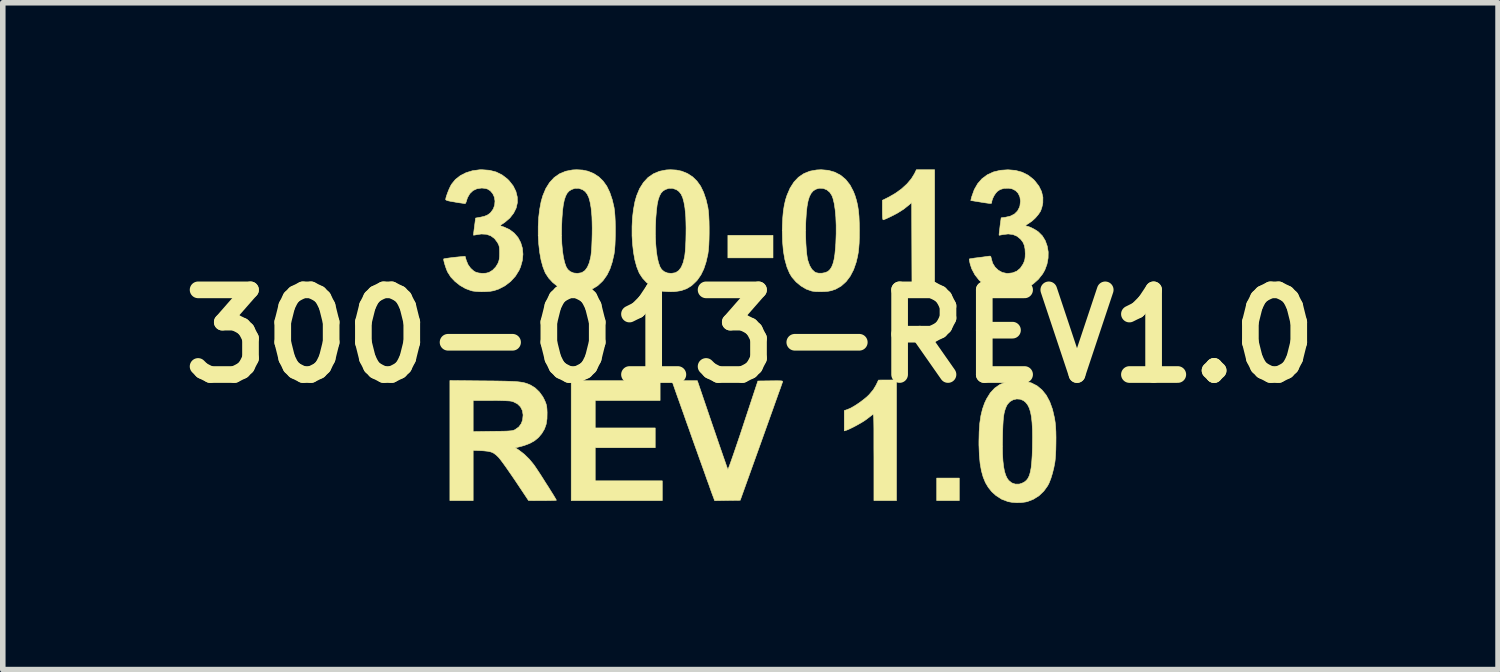
<source format=kicad_pcb>
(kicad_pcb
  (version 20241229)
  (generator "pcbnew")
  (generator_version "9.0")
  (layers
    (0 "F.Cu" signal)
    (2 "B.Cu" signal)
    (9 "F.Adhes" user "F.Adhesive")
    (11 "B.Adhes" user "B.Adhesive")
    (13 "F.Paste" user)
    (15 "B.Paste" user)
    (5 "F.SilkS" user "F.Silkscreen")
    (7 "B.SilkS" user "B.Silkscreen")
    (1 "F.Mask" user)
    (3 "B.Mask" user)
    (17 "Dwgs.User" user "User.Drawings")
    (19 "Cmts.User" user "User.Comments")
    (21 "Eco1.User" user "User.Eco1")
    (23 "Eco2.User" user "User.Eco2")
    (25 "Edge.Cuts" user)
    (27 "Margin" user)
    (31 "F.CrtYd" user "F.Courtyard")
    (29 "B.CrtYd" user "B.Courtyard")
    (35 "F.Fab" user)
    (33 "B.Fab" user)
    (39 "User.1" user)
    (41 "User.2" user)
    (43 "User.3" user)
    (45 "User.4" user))
  (footprint "300-013-REV1.0"
    (layer "F.Cu")
    (at 10.458 3.002)
    (property "Reference" "300-013-REV1.0" (at 0 0 0) (layer "F.SilkS") (effects (font (size 1.524 1.524) (thickness 0.3))))
    (attr through_hole)
    (fp_poly (pts (xy 0.406 -1.41) (xy -0.406 -1.41) (xy -0.406 -1.816) (xy 0.406 -1.816) (xy 0.406 -1.41)) (stroke (width 0.01) (type solid)) (fill yes) (layer "F.SilkS"))
    (fp_poly (pts (xy 3.759 2.959) (xy 3.353 2.959) (xy 3.353 2.553) (xy 3.759 2.553) (xy 3.759 2.959)) (stroke (width 0.01) (type solid)) (fill yes) (layer "F.SilkS"))
    (fp_poly (pts (xy -1.626 1.156) (xy -2.794 1.156) (xy -2.794 1.651) (xy -1.714 1.651) (xy -1.714 2.007) (xy -2.794 2.007) (xy -2.794 2.603) (xy -1.587 2.603) (xy -1.587 2.959) (xy -3.226 2.959) (xy -3.226 0.8) (xy -1.626 0.8) (xy -1.626 1.156)) (stroke (width 0.01) (type solid)) (fill yes) (layer "F.SilkS"))
    (fp_poly (pts (xy 3.315 -0.826) (xy 2.908 -0.826) (xy 2.905 -1.616) (xy 2.902 -2.406) (xy 2.851 -2.361) (xy 2.754 -2.284) (xy 2.637 -2.211) (xy 2.524 -2.153) (xy 2.473 -2.129) (xy 2.43 -2.11) (xy 2.4 -2.098) (xy 2.389 -2.095) (xy 2.383 -2.105) (xy 2.378 -2.136) (xy 2.376 -2.189) (xy 2.375 -2.267) (xy 2.375 -2.271) (xy 2.375 -2.447) (xy 2.483 -2.5) (xy 2.607 -2.571) (xy 2.72 -2.652) (xy 2.817 -2.741) (xy 2.897 -2.835) (xy 2.953 -2.926) (xy 2.987 -2.997) (xy 3.315 -2.997) (xy 3.315 -0.826)) (stroke (width 0.01) (type solid)) (fill yes) (layer "F.SilkS"))
    (fp_poly (pts (xy 2.629 2.959) (xy 2.223 2.959) (xy 2.223 2.176) (xy 2.222 2.016) (xy 2.222 1.879) (xy 2.222 1.765) (xy 2.222 1.669) (xy 2.221 1.593) (xy 2.22 1.532) (xy 2.219 1.486) (xy 2.217 1.452) (xy 2.215 1.43) (xy 2.212 1.416) (xy 2.209 1.409) (xy 2.205 1.408) (xy 2.2 1.411) (xy 2.199 1.411) (xy 2.178 1.427) (xy 2.144 1.453) (xy 2.102 1.485) (xy 2.088 1.496) (xy 2.042 1.528) (xy 1.982 1.564) (xy 1.915 1.602) (xy 1.847 1.638) (xy 1.785 1.668) (xy 1.734 1.69) (xy 1.718 1.695) (xy 1.689 1.704) (xy 1.689 1.339) (xy 1.751 1.317) (xy 1.808 1.292) (xy 1.876 1.253) (xy 1.951 1.204) (xy 2.024 1.15) (xy 2.091 1.096) (xy 2.135 1.054) (xy 2.211 0.964) (xy 2.262 0.879) (xy 2.305 0.789) (xy 2.467 0.788) (xy 2.629 0.787) (xy 2.629 2.959)) (stroke (width 0.01) (type solid)) (fill yes) (layer "F.SilkS"))
    (fp_poly (pts (xy -0.687 1.591) (xy -0.64 1.727) (xy -0.596 1.856) (xy -0.555 1.976) (xy -0.517 2.085) (xy -0.484 2.181) (xy -0.455 2.263) (xy -0.433 2.327) (xy -0.417 2.372) (xy -0.408 2.395) (xy -0.407 2.398) (xy -0.402 2.39) (xy -0.389 2.359) (xy -0.369 2.306) (xy -0.343 2.233) (xy -0.311 2.142) (xy -0.274 2.034) (xy -0.232 1.91) (xy -0.185 1.772) (xy -0.135 1.621) (xy -0.132 1.611) (xy 0.134 0.806) (xy 0.36 0.803) (xy 0.441 0.802) (xy 0.5 0.802) (xy 0.539 0.803) (xy 0.564 0.805) (xy 0.576 0.809) (xy 0.58 0.815) (xy 0.579 0.822) (xy 0.573 0.837) (xy 0.56 0.874) (xy 0.54 0.932) (xy 0.512 1.008) (xy 0.479 1.101) (xy 0.44 1.21) (xy 0.397 1.331) (xy 0.349 1.465) (xy 0.298 1.608) (xy 0.244 1.759) (xy 0.194 1.899) (xy -0.184 2.953) (xy -0.414 2.956) (xy -0.644 2.96) (xy -0.664 2.905) (xy -0.676 2.874) (xy -0.695 2.823) (xy -0.72 2.754) (xy -0.75 2.668) (xy -0.786 2.57) (xy -0.825 2.459) (xy -0.868 2.339) (xy -0.914 2.211) (xy -0.961 2.078) (xy -1.01 1.942) (xy -1.059 1.804) (xy -1.107 1.667) (xy -1.155 1.534) (xy -1.2 1.405) (xy -1.243 1.284) (xy -1.283 1.171) (xy -1.319 1.071) (xy -1.35 0.983) (xy -1.375 0.911) (xy -1.394 0.857) (xy -1.406 0.823) (xy -1.41 0.81) (xy -1.398 0.807) (xy -1.364 0.804) (xy -1.314 0.802) (xy -1.249 0.801) (xy -1.183 0.8) (xy -0.956 0.8) (xy -0.687 1.591)) (stroke (width 0.01) (type solid)) (fill yes) (layer "F.SilkS"))
    (fp_poly (pts (xy 1.403 -2.986) (xy 1.52 -2.952) (xy 1.624 -2.897) (xy 1.715 -2.821) (xy 1.792 -2.723) (xy 1.854 -2.605) (xy 1.884 -2.527) (xy 1.91 -2.44) (xy 1.93 -2.353) (xy 1.944 -2.261) (xy 1.954 -2.158) (xy 1.959 -2.039) (xy 1.961 -1.905) (xy 1.96 -1.781) (xy 1.957 -1.677) (xy 1.95 -1.588) (xy 1.941 -1.507) (xy 1.927 -1.43) (xy 1.908 -1.352) (xy 1.904 -1.333) (xy 1.857 -1.198) (xy 1.796 -1.081) (xy 1.722 -0.983) (xy 1.634 -0.904) (xy 1.534 -0.847) (xy 1.455 -0.82) (xy 1.397 -0.809) (xy 1.324 -0.803) (xy 1.246 -0.802) (xy 1.172 -0.804) (xy 1.111 -0.812) (xy 1.101 -0.814) (xy 1.003 -0.849) (xy 0.909 -0.905) (xy 0.822 -0.977) (xy 0.748 -1.062) (xy 0.706 -1.13) (xy 0.658 -1.243) (xy 0.62 -1.378) (xy 0.593 -1.533) (xy 0.578 -1.707) (xy 0.573 -1.899) (xy 0.573 -1.908) (xy 0.993 -1.908) (xy 0.994 -1.789) (xy 0.998 -1.674) (xy 1.005 -1.568) (xy 1.014 -1.475) (xy 1.025 -1.4) (xy 1.033 -1.365) (xy 1.065 -1.273) (xy 1.106 -1.204) (xy 1.155 -1.158) (xy 1.181 -1.144) (xy 1.229 -1.134) (xy 1.287 -1.134) (xy 1.345 -1.145) (xy 1.391 -1.164) (xy 1.395 -1.167) (xy 1.431 -1.2) (xy 1.461 -1.245) (xy 1.485 -1.304) (xy 1.505 -1.38) (xy 1.52 -1.474) (xy 1.531 -1.59) (xy 1.537 -1.676) (xy 1.543 -1.842) (xy 1.543 -1.999) (xy 1.537 -2.145) (xy 1.525 -2.276) (xy 1.508 -2.39) (xy 1.485 -2.483) (xy 1.468 -2.529) (xy 1.43 -2.589) (xy 1.377 -2.634) (xy 1.313 -2.66) (xy 1.245 -2.664) (xy 1.229 -2.662) (xy 1.175 -2.645) (xy 1.13 -2.616) (xy 1.092 -2.572) (xy 1.061 -2.512) (xy 1.037 -2.434) (xy 1.019 -2.336) (xy 1.006 -2.218) (xy 0.997 -2.076) (xy 0.995 -2.027) (xy 0.993 -1.908) (xy 0.573 -1.908) (xy 0.575 -1.999) (xy 0.582 -2.138) (xy 0.593 -2.256) (xy 0.61 -2.361) (xy 0.632 -2.456) (xy 0.658 -2.537) (xy 0.714 -2.667) (xy 0.783 -2.775) (xy 0.865 -2.862) (xy 0.961 -2.927) (xy 1.07 -2.971) (xy 1.193 -2.993) (xy 1.274 -2.997) (xy 1.403 -2.986)) (stroke (width 0.01) (type solid)) (fill yes) (layer "F.SilkS"))
    (fp_poly (pts (xy 4.938 0.808) (xy 5.055 0.84) (xy 5.158 0.892) (xy 5.247 0.966) (xy 5.324 1.061) (xy 5.387 1.178) (xy 5.437 1.316) (xy 5.474 1.476) (xy 5.486 1.556) (xy 5.493 1.629) (xy 5.498 1.72) (xy 5.5 1.824) (xy 5.499 1.933) (xy 5.497 2.041) (xy 5.492 2.141) (xy 5.485 2.228) (xy 5.48 2.269) (xy 5.461 2.368) (xy 5.436 2.468) (xy 5.407 2.563) (xy 5.375 2.644) (xy 5.35 2.692) (xy 5.28 2.789) (xy 5.194 2.871) (xy 5.094 2.934) (xy 4.987 2.976) (xy 4.956 2.983) (xy 4.877 2.994) (xy 4.789 2.996) (xy 4.703 2.989) (xy 4.637 2.977) (xy 4.523 2.934) (xy 4.419 2.867) (xy 4.344 2.799) (xy 4.282 2.722) (xy 4.23 2.635) (xy 4.189 2.535) (xy 4.157 2.42) (xy 4.134 2.288) (xy 4.12 2.137) (xy 4.114 1.979) (xy 4.536 1.979) (xy 4.538 2.123) (xy 4.545 2.245) (xy 4.557 2.348) (xy 4.573 2.433) (xy 4.595 2.503) (xy 4.622 2.559) (xy 4.649 2.596) (xy 4.703 2.64) (xy 4.767 2.662) (xy 4.837 2.662) (xy 4.886 2.647) (xy 4.93 2.625) (xy 4.966 2.596) (xy 4.996 2.558) (xy 5.02 2.508) (xy 5.038 2.445) (xy 5.053 2.366) (xy 5.063 2.269) (xy 5.071 2.151) (xy 5.076 2.01) (xy 5.076 1.988) (xy 5.078 1.82) (xy 5.076 1.676) (xy 5.069 1.553) (xy 5.058 1.449) (xy 5.041 1.363) (xy 5.019 1.293) (xy 4.991 1.237) (xy 4.956 1.192) (xy 4.916 1.159) (xy 4.857 1.134) (xy 4.793 1.129) (xy 4.729 1.144) (xy 4.671 1.177) (xy 4.626 1.226) (xy 4.611 1.253) (xy 4.592 1.296) (xy 4.577 1.342) (xy 4.565 1.392) (xy 4.556 1.451) (xy 4.549 1.523) (xy 4.544 1.61) (xy 4.54 1.716) (xy 4.538 1.812) (xy 4.536 1.979) (xy 4.114 1.979) (xy 4.113 1.964) (xy 4.113 1.892) (xy 4.117 1.718) (xy 4.128 1.566) (xy 4.148 1.431) (xy 4.177 1.311) (xy 4.215 1.203) (xy 4.251 1.127) (xy 4.318 1.019) (xy 4.397 0.934) (xy 4.489 0.87) (xy 4.594 0.826) (xy 4.714 0.803) (xy 4.807 0.798) (xy 4.938 0.808)) (stroke (width 0.01) (type solid)) (fill yes) (layer "F.SilkS"))
    (fp_poly (pts (xy -3.021 -2.991) (xy -2.927 -2.971) (xy -2.837 -2.935) (xy -2.818 -2.926) (xy -2.729 -2.868) (xy -2.652 -2.793) (xy -2.586 -2.701) (xy -2.532 -2.589) (xy -2.487 -2.456) (xy -2.455 -2.318) (xy -2.446 -2.253) (xy -2.439 -2.169) (xy -2.434 -2.07) (xy -2.432 -1.962) (xy -2.432 -1.851) (xy -2.434 -1.743) (xy -2.438 -1.642) (xy -2.445 -1.554) (xy -2.454 -1.485) (xy -2.455 -1.478) (xy -2.488 -1.334) (xy -2.529 -1.21) (xy -2.58 -1.105) (xy -2.643 -1.015) (xy -2.668 -0.986) (xy -2.75 -0.909) (xy -2.839 -0.855) (xy -2.939 -0.82) (xy -3.053 -0.803) (xy -3.122 -0.801) (xy -3.182 -0.803) (xy -3.237 -0.807) (xy -3.28 -0.811) (xy -3.292 -0.814) (xy -3.383 -0.846) (xy -3.473 -0.899) (xy -3.558 -0.967) (xy -3.631 -1.046) (xy -3.687 -1.131) (xy -3.694 -1.143) (xy -3.735 -1.248) (xy -3.769 -1.372) (xy -3.794 -1.511) (xy -3.811 -1.662) (xy -3.82 -1.809) (xy -3.4 -1.809) (xy -3.395 -1.665) (xy -3.383 -1.534) (xy -3.366 -1.42) (xy -3.344 -1.324) (xy -3.317 -1.249) (xy -3.289 -1.203) (xy -3.243 -1.163) (xy -3.182 -1.138) (xy -3.114 -1.131) (xy -3.047 -1.142) (xy -3.03 -1.148) (xy -2.978 -1.183) (xy -2.935 -1.242) (xy -2.9 -1.323) (xy -2.875 -1.426) (xy -2.87 -1.458) (xy -2.862 -1.53) (xy -2.856 -1.621) (xy -2.852 -1.725) (xy -2.849 -1.835) (xy -2.848 -1.947) (xy -2.85 -2.053) (xy -2.853 -2.147) (xy -2.856 -2.185) (xy -2.868 -2.31) (xy -2.886 -2.412) (xy -2.908 -2.494) (xy -2.938 -2.557) (xy -2.974 -2.604) (xy -3.018 -2.636) (xy -3.026 -2.64) (xy -3.094 -2.663) (xy -3.159 -2.662) (xy -3.222 -2.64) (xy -3.264 -2.613) (xy -3.299 -2.575) (xy -3.327 -2.522) (xy -3.35 -2.454) (xy -3.368 -2.368) (xy -3.382 -2.26) (xy -3.392 -2.13) (xy -3.392 -2.13) (xy -3.399 -1.965) (xy -3.4 -1.809) (xy -3.82 -1.809) (xy -3.82 -1.819) (xy -3.82 -1.977) (xy -3.812 -2.134) (xy -3.794 -2.283) (xy -3.768 -2.422) (xy -3.738 -2.527) (xy -3.684 -2.657) (xy -3.615 -2.767) (xy -3.533 -2.856) (xy -3.437 -2.923) (xy -3.327 -2.969) (xy -3.205 -2.993) (xy -3.129 -2.997) (xy -3.021 -2.991)) (stroke (width 0.01) (type solid)) (fill yes) (layer "F.SilkS"))
    (fp_poly (pts (xy -1.332 -2.991) (xy -1.238 -2.971) (xy -1.148 -2.935) (xy -1.129 -2.926) (xy -1.04 -2.868) (xy -0.963 -2.793) (xy -0.897 -2.701) (xy -0.843 -2.589) (xy -0.798 -2.456) (xy -0.766 -2.318) (xy -0.757 -2.253) (xy -0.75 -2.169) (xy -0.745 -2.07) (xy -0.743 -1.962) (xy -0.743 -1.851) (xy -0.745 -1.743) (xy -0.749 -1.642) (xy -0.756 -1.554) (xy -0.765 -1.485) (xy -0.766 -1.478) (xy -0.799 -1.334) (xy -0.84 -1.21) (xy -0.891 -1.105) (xy -0.953 -1.015) (xy -0.979 -0.986) (xy -1.061 -0.909) (xy -1.15 -0.855) (xy -1.25 -0.82) (xy -1.364 -0.803) (xy -1.433 -0.801) (xy -1.493 -0.803) (xy -1.548 -0.807) (xy -1.591 -0.811) (xy -1.603 -0.814) (xy -1.694 -0.846) (xy -1.784 -0.899) (xy -1.869 -0.967) (xy -1.942 -1.046) (xy -1.998 -1.131) (xy -2.004 -1.143) (xy -2.046 -1.248) (xy -2.08 -1.372) (xy -2.105 -1.511) (xy -2.122 -1.662) (xy -2.131 -1.809) (xy -1.711 -1.809) (xy -1.705 -1.665) (xy -1.694 -1.534) (xy -1.677 -1.42) (xy -1.655 -1.324) (xy -1.628 -1.249) (xy -1.6 -1.203) (xy -1.554 -1.163) (xy -1.493 -1.138) (xy -1.425 -1.131) (xy -1.358 -1.142) (xy -1.341 -1.148) (xy -1.289 -1.183) (xy -1.245 -1.242) (xy -1.211 -1.323) (xy -1.186 -1.426) (xy -1.181 -1.458) (xy -1.173 -1.53) (xy -1.167 -1.621) (xy -1.162 -1.725) (xy -1.16 -1.835) (xy -1.159 -1.947) (xy -1.161 -2.053) (xy -1.164 -2.147) (xy -1.167 -2.185) (xy -1.179 -2.31) (xy -1.197 -2.412) (xy -1.219 -2.494) (xy -1.248 -2.557) (xy -1.285 -2.604) (xy -1.329 -2.636) (xy -1.337 -2.64) (xy -1.405 -2.663) (xy -1.47 -2.662) (xy -1.533 -2.64) (xy -1.575 -2.613) (xy -1.61 -2.575) (xy -1.638 -2.522) (xy -1.661 -2.454) (xy -1.679 -2.368) (xy -1.692 -2.26) (xy -1.703 -2.13) (xy -1.703 -2.13) (xy -1.71 -1.965) (xy -1.711 -1.809) (xy -2.131 -1.809) (xy -2.131 -1.819) (xy -2.131 -1.977) (xy -2.123 -2.134) (xy -2.105 -2.283) (xy -2.079 -2.422) (xy -2.049 -2.527) (xy -1.995 -2.657) (xy -1.926 -2.767) (xy -1.844 -2.856) (xy -1.747 -2.923) (xy -1.638 -2.969) (xy -1.516 -2.993) (xy -1.439 -2.997) (xy -1.332 -2.991)) (stroke (width 0.01) (type solid)) (fill yes) (layer "F.SilkS"))
    (fp_poly (pts (xy -4.804 0.804) (xy -4.652 0.805) (xy -4.523 0.807) (xy -4.415 0.809) (xy -4.325 0.812) (xy -4.25 0.815) (xy -4.188 0.82) (xy -4.137 0.826) (xy -4.094 0.833) (xy -4.057 0.842) (xy -4.022 0.853) (xy -3.989 0.866) (xy -3.955 0.881) (xy -3.874 0.932) (xy -3.8 1.003) (xy -3.737 1.09) (xy -3.712 1.139) (xy -3.691 1.185) (xy -3.677 1.224) (xy -3.668 1.262) (xy -3.663 1.31) (xy -3.66 1.372) (xy -3.662 1.486) (xy -3.677 1.584) (xy -3.708 1.671) (xy -3.756 1.752) (xy -3.758 1.754) (xy -3.817 1.824) (xy -3.886 1.881) (xy -3.97 1.928) (xy -4.072 1.967) (xy -4.195 2) (xy -4.196 2) (xy -4.233 2.008) (xy -4.164 2.053) (xy -4.072 2.124) (xy -3.981 2.213) (xy -3.9 2.311) (xy -3.88 2.34) (xy -3.85 2.384) (xy -3.813 2.44) (xy -3.771 2.504) (xy -3.726 2.575) (xy -3.68 2.648) (xy -3.634 2.719) (xy -3.592 2.787) (xy -3.554 2.847) (xy -3.524 2.897) (xy -3.503 2.932) (xy -3.493 2.951) (xy -3.493 2.952) (xy -3.505 2.954) (xy -3.538 2.956) (xy -3.59 2.957) (xy -3.655 2.958) (xy -3.73 2.959) (xy -3.743 2.959) (xy -3.994 2.958) (xy -4.228 2.607) (xy -4.288 2.519) (xy -4.346 2.435) (xy -4.4 2.357) (xy -4.449 2.289) (xy -4.49 2.234) (xy -4.52 2.196) (xy -4.53 2.184) (xy -4.576 2.139) (xy -4.62 2.106) (xy -4.668 2.084) (xy -4.726 2.071) (xy -4.801 2.063) (xy -4.848 2.06) (xy -4.991 2.054) (xy -4.991 2.959) (xy -5.41 2.959) (xy -5.41 1.156) (xy -4.991 1.156) (xy -4.991 1.717) (xy -4.639 1.712) (xy -4.534 1.711) (xy -4.452 1.71) (xy -4.389 1.708) (xy -4.341 1.705) (xy -4.306 1.702) (xy -4.281 1.698) (xy -4.261 1.692) (xy -4.244 1.685) (xy -4.234 1.68) (xy -4.169 1.633) (xy -4.125 1.573) (xy -4.101 1.507) (xy -4.092 1.418) (xy -4.105 1.338) (xy -4.139 1.271) (xy -4.193 1.218) (xy -4.265 1.181) (xy -4.306 1.169) (xy -4.338 1.165) (xy -4.39 1.162) (xy -4.459 1.159) (xy -4.541 1.157) (xy -4.631 1.156) (xy -4.681 1.156) (xy -4.991 1.156) (xy -5.41 1.156) (xy -5.41 0.798) (xy -4.804 0.804)) (stroke (width 0.01) (type solid)) (fill yes) (layer "F.SilkS"))
    (fp_poly (pts (xy 4.77 -2.985) (xy 4.891 -2.952) (xy 4.999 -2.898) (xy 5.095 -2.822) (xy 5.12 -2.795) (xy 5.192 -2.702) (xy 5.24 -2.604) (xy 5.264 -2.502) (xy 5.263 -2.4) (xy 5.258 -2.372) (xy 5.246 -2.321) (xy 5.23 -2.273) (xy 5.22 -2.248) (xy 5.182 -2.191) (xy 5.131 -2.131) (xy 5.072 -2.076) (xy 5.018 -2.038) (xy 4.976 -2.011) (xy 4.956 -1.993) (xy 4.959 -1.983) (xy 4.975 -1.981) (xy 5.005 -1.974) (xy 5.048 -1.957) (xy 5.098 -1.932) (xy 5.146 -1.904) (xy 5.183 -1.878) (xy 5.254 -1.807) (xy 5.307 -1.72) (xy 5.342 -1.622) (xy 5.36 -1.517) (xy 5.358 -1.407) (xy 5.338 -1.298) (xy 5.299 -1.192) (xy 5.26 -1.123) (xy 5.182 -1.024) (xy 5.086 -0.939) (xy 4.978 -0.872) (xy 4.862 -0.826) (xy 4.843 -0.82) (xy 4.78 -0.809) (xy 4.701 -0.803) (xy 4.616 -0.801) (xy 4.534 -0.805) (xy 4.463 -0.814) (xy 4.435 -0.82) (xy 4.317 -0.864) (xy 4.21 -0.928) (xy 4.117 -1.009) (xy 4.041 -1.105) (xy 3.984 -1.212) (xy 3.956 -1.297) (xy 3.946 -1.341) (xy 3.94 -1.374) (xy 3.939 -1.39) (xy 3.939 -1.39) (xy 3.953 -1.394) (xy 3.987 -1.399) (xy 4.036 -1.407) (xy 4.096 -1.414) (xy 4.102 -1.415) (xy 4.166 -1.423) (xy 4.224 -1.431) (xy 4.268 -1.437) (xy 4.294 -1.441) (xy 4.294 -1.441) (xy 4.316 -1.442) (xy 4.327 -1.432) (xy 4.335 -1.403) (xy 4.336 -1.395) (xy 4.36 -1.313) (xy 4.404 -1.243) (xy 4.463 -1.187) (xy 4.533 -1.148) (xy 4.612 -1.131) (xy 4.63 -1.13) (xy 4.72 -1.141) (xy 4.796 -1.172) (xy 4.858 -1.224) (xy 4.908 -1.299) (xy 4.911 -1.305) (xy 4.929 -1.347) (xy 4.94 -1.385) (xy 4.945 -1.428) (xy 4.947 -1.486) (xy 4.943 -1.569) (xy 4.93 -1.635) (xy 4.907 -1.689) (xy 4.87 -1.739) (xy 4.866 -1.744) (xy 4.801 -1.799) (xy 4.725 -1.831) (xy 4.639 -1.841) (xy 4.54 -1.829) (xy 4.535 -1.828) (xy 4.501 -1.821) (xy 4.48 -1.818) (xy 4.476 -1.819) (xy 4.476 -1.832) (xy 4.479 -1.866) (xy 4.485 -1.914) (xy 4.492 -1.973) (xy 4.492 -1.977) (xy 4.513 -2.131) (xy 4.584 -2.14) (xy 4.677 -2.161) (xy 4.752 -2.199) (xy 4.807 -2.253) (xy 4.844 -2.323) (xy 4.851 -2.349) (xy 4.861 -2.433) (xy 4.85 -2.508) (xy 4.82 -2.572) (xy 4.773 -2.621) (xy 4.71 -2.653) (xy 4.65 -2.664) (xy 4.565 -2.662) (xy 4.494 -2.64) (xy 4.443 -2.606) (xy 4.413 -2.572) (xy 4.383 -2.526) (xy 4.359 -2.476) (xy 4.345 -2.431) (xy 4.344 -2.416) (xy 4.343 -2.404) (xy 4.34 -2.395) (xy 4.331 -2.391) (xy 4.311 -2.39) (xy 4.278 -2.394) (xy 4.227 -2.401) (xy 4.156 -2.412) (xy 4.139 -2.415) (xy 3.966 -2.443) (xy 3.984 -2.513) (xy 4.029 -2.639) (xy 4.091 -2.747) (xy 4.169 -2.836) (xy 4.264 -2.906) (xy 4.375 -2.957) (xy 4.5 -2.987) (xy 4.636 -2.996) (xy 4.77 -2.985)) (stroke (width 0.01) (type solid)) (fill yes) (layer "F.SilkS"))
    (fp_poly (pts (xy -4.698 -2.987) (xy -4.577 -2.956) (xy -4.47 -2.903) (xy -4.374 -2.829) (xy -4.345 -2.8) (xy -4.271 -2.706) (xy -4.222 -2.607) (xy -4.197 -2.506) (xy -4.195 -2.406) (xy -4.217 -2.308) (xy -4.263 -2.215) (xy -4.331 -2.128) (xy -4.422 -2.05) (xy -4.441 -2.037) (xy -4.511 -1.991) (xy -4.438 -1.966) (xy -4.337 -1.92) (xy -4.252 -1.856) (xy -4.184 -1.777) (xy -4.135 -1.685) (xy -4.105 -1.584) (xy -4.095 -1.476) (xy -4.106 -1.363) (xy -4.138 -1.248) (xy -4.165 -1.186) (xy -4.231 -1.08) (xy -4.317 -0.986) (xy -4.419 -0.908) (xy -4.532 -0.849) (xy -4.619 -0.82) (xy -4.682 -0.809) (xy -4.759 -0.803) (xy -4.844 -0.801) (xy -4.925 -0.805) (xy -4.996 -0.813) (xy -5.026 -0.82) (xy -5.129 -0.858) (xy -5.227 -0.914) (xy -5.317 -0.985) (xy -5.393 -1.065) (xy -5.448 -1.151) (xy -5.452 -1.158) (xy -5.47 -1.2) (xy -5.487 -1.248) (xy -5.503 -1.298) (xy -5.515 -1.342) (xy -5.522 -1.376) (xy -5.521 -1.392) (xy -5.521 -1.392) (xy -5.507 -1.395) (xy -5.473 -1.401) (xy -5.426 -1.408) (xy -5.369 -1.415) (xy -5.309 -1.422) (xy -5.25 -1.428) (xy -5.198 -1.433) (xy -5.159 -1.436) (xy -5.137 -1.437) (xy -5.135 -1.436) (xy -5.131 -1.421) (xy -5.122 -1.389) (xy -5.113 -1.359) (xy -5.083 -1.288) (xy -5.037 -1.224) (xy -4.981 -1.174) (xy -4.947 -1.154) (xy -4.891 -1.138) (xy -4.825 -1.131) (xy -4.759 -1.135) (xy -4.707 -1.148) (xy -4.641 -1.188) (xy -4.584 -1.247) (xy -4.545 -1.311) (xy -4.53 -1.35) (xy -4.521 -1.388) (xy -4.516 -1.436) (xy -4.515 -1.499) (xy -4.516 -1.557) (xy -4.519 -1.598) (xy -4.526 -1.63) (xy -4.539 -1.661) (xy -4.554 -1.689) (xy -4.607 -1.759) (xy -4.673 -1.807) (xy -4.752 -1.835) (xy -4.843 -1.84) (xy -4.915 -1.83) (xy -4.953 -1.823) (xy -4.978 -1.819) (xy -4.985 -1.819) (xy -4.984 -1.832) (xy -4.981 -1.865) (xy -4.975 -1.914) (xy -4.967 -1.973) (xy -4.967 -1.975) (xy -4.947 -2.127) (xy -4.861 -2.142) (xy -4.791 -2.158) (xy -4.738 -2.179) (xy -4.695 -2.208) (xy -4.671 -2.231) (xy -4.628 -2.292) (xy -4.604 -2.361) (xy -4.598 -2.433) (xy -4.609 -2.503) (xy -4.638 -2.566) (xy -4.682 -2.618) (xy -4.734 -2.65) (xy -4.771 -2.66) (xy -4.819 -2.666) (xy -4.841 -2.667) (xy -4.922 -2.655) (xy -4.993 -2.622) (xy -5.05 -2.568) (xy -5.092 -2.496) (xy -5.107 -2.451) (xy -5.118 -2.415) (xy -5.13 -2.392) (xy -5.136 -2.387) (xy -5.153 -2.389) (xy -5.19 -2.395) (xy -5.242 -2.402) (xy -5.304 -2.412) (xy -5.318 -2.415) (xy -5.391 -2.427) (xy -5.442 -2.438) (xy -5.472 -2.448) (xy -5.485 -2.457) (xy -5.486 -2.46) (xy -5.481 -2.491) (xy -5.467 -2.537) (xy -5.447 -2.592) (xy -5.424 -2.649) (xy -5.4 -2.7) (xy -5.38 -2.736) (xy -5.311 -2.821) (xy -5.223 -2.89) (xy -5.12 -2.943) (xy -5.003 -2.979) (xy -4.876 -2.996) (xy -4.832 -2.997) (xy -4.698 -2.987)) (stroke (width 0.01) (type solid)) (fill yes) (layer "F.SilkS")))
  (gr_rect
    (start -3 -3)
    (end 23.915 9.003)
    (stroke (width 0.1) (type default))
    (fill no)
    (layer "Edge.Cuts")))
</source>
